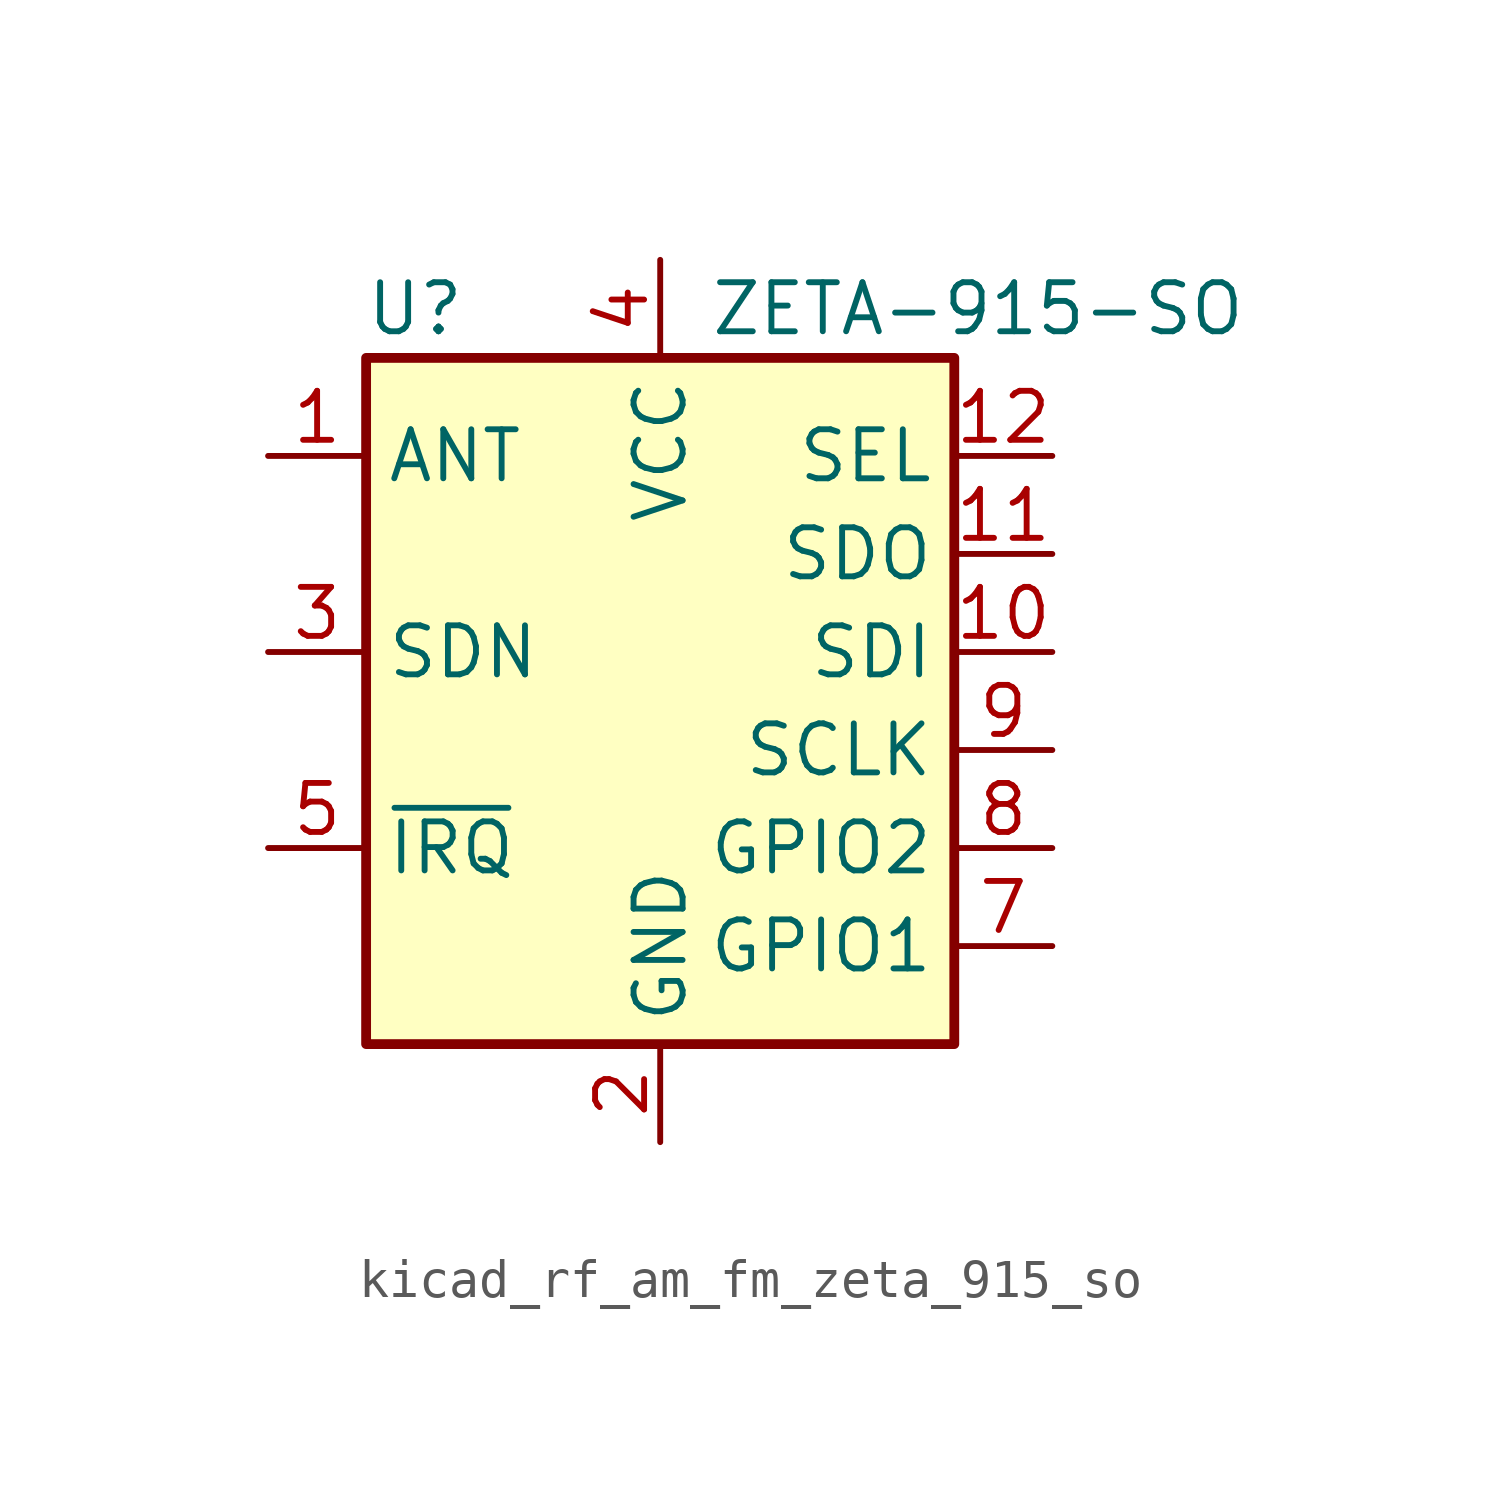
<source format=kicad_sym>
(kicad_symbol_lib
  (version 20220914)
  (generator kicad_symbol_editor)
  (symbol "kicad_rf_am_fm_zeta_915_so"
    (property "Reference" "U"
      (at -6.35 8.89 0)
      (effects (font (size 1.27 1.27))))
    (property "Value" "ZETA-915-SO"
      (at 1.27 8.89 0)
      (effects (font (size 1.27 1.27)) (justify left)))
    (symbol "kicad_rf_am_fm_zeta_915_so_0_1"
      (rectangle (start 7.62 -10.16) (end -7.62 7.62) (stroke (width 0.254) (type default)) (fill (type background))))
    (symbol "kicad_rf_am_fm_zeta_915_so_1_1"
      (pin bidirectional line (at -10.16 5.08 0) (length 2.54) (name "ANT" (effects (font (size 1.27 1.27)))) (number "1" (effects (font (size 1.27 1.27)))))
      (pin input line (at 10.16 0 180) (length 2.54) (name "SDI" (effects (font (size 1.27 1.27)))) (number "10" (effects (font (size 1.27 1.27)))))
      (pin output line (at 10.16 2.54 180) (length 2.54) (name "SDO" (effects (font (size 1.27 1.27)))) (number "11" (effects (font (size 1.27 1.27)))))
      (pin input line (at 10.16 5.08 180) (length 2.54) (name "SEL" (effects (font (size 1.27 1.27)))) (number "12" (effects (font (size 1.27 1.27)))))
      (pin power_in line (at 0 -12.7 90) (length 2.54) (name "GND" (effects (font (size 1.27 1.27)))) (number "2" (effects (font (size 1.27 1.27)))))
      (pin input line (at -10.16 0 0) (length 2.54) (name "SDN" (effects (font (size 1.27 1.27)))) (number "3" (effects (font (size 1.27 1.27)))))
      (pin power_in line (at 0 10.16 270) (length 2.54) (name "VCC" (effects (font (size 1.27 1.27)))) (number "4" (effects (font (size 1.27 1.27)))))
      (pin output line (at -10.16 -5.08 0) (length 2.54) (name "~{IRQ}" (effects (font (size 1.27 1.27)))) (number "5" (effects (font (size 1.27 1.27)))))
      (pin no_connect line (at -7.62 -7.62 0) (length 2.54) hide (name "NC" (effects (font (size 1.27 1.27)))) (number "6" (effects (font (size 1.27 1.27)))))
      (pin bidirectional line (at 10.16 -7.62 180) (length 2.54) (name "GPIO1" (effects (font (size 1.27 1.27)))) (number "7" (effects (font (size 1.27 1.27)))))
      (pin bidirectional line (at 10.16 -5.08 180) (length 2.54) (name "GPIO2" (effects (font (size 1.27 1.27)))) (number "8" (effects (font (size 1.27 1.27)))))
      (pin input line (at 10.16 -2.54 180) (length 2.54) (name "SCLK" (effects (font (size 1.27 1.27)))) (number "9" (effects (font (size 1.27 1.27))))))))
</source>
